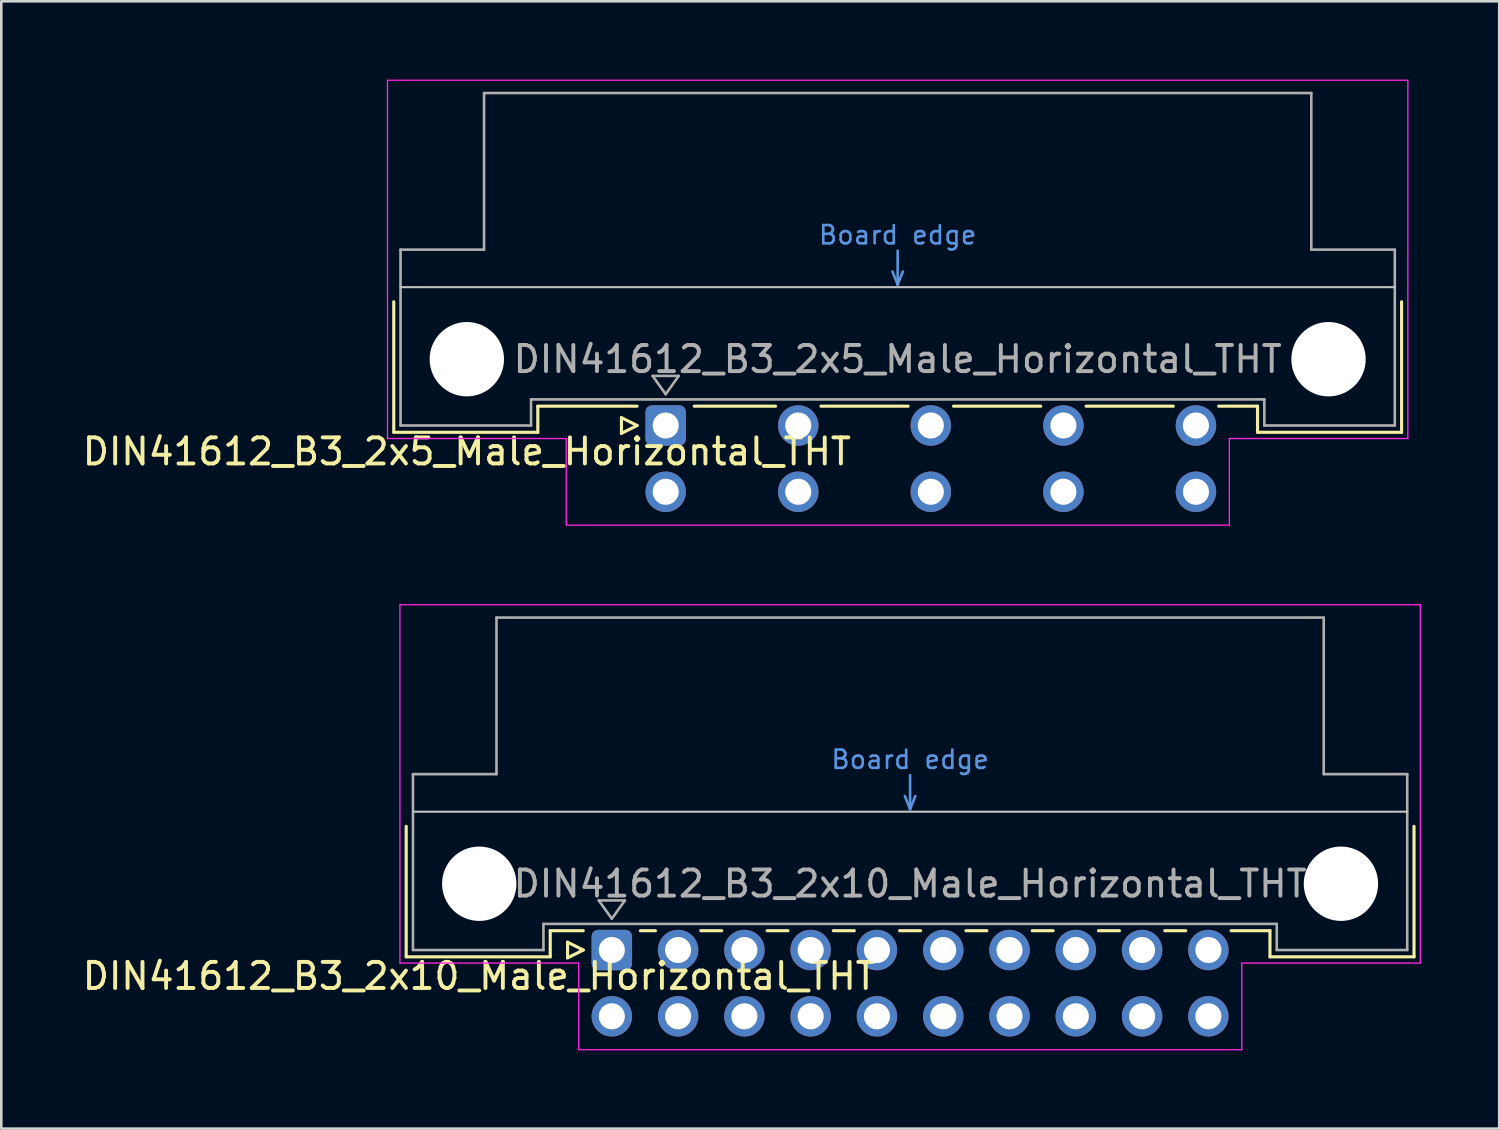
<source format=kicad_pcb>
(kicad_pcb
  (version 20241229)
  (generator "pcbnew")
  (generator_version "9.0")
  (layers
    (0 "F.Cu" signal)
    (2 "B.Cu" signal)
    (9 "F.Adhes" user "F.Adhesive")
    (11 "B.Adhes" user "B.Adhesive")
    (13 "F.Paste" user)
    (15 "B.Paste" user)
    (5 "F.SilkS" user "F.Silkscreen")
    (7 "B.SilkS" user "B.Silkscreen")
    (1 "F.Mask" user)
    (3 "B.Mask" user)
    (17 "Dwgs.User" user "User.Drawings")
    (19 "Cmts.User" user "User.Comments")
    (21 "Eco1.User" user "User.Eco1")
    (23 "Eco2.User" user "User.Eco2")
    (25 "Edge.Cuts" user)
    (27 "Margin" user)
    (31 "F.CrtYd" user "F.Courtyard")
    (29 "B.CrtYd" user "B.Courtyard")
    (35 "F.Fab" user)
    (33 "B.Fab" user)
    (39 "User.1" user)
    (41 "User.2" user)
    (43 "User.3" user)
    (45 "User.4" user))
  (footprint "DIN41612_B3_2x5_Male_Horizontal_THT"
    (layer "F.Cu")
    (at 19.919 13.255)
    (property "Reference" "DIN41612_B3_2x5_Male_Horizontal_THT" (at -5.08 1 0) (layer "F.SilkS") (effects (font (size 1 1) (thickness 0.15))))
    (attr through_hole)
    (fp_line (start -7.88 -4.74) (end -7.88 0.26) (stroke (width 0.12) (type solid)) (layer "F.SilkS"))
    (fp_line (start -7.88 0.26) (end -2.36 0.26) (stroke (width 0.12) (type solid)) (layer "F.SilkS"))
    (fp_line (start -2.361 -0.74) (end 1.445 -0.74) (stroke (width 0.12) (type solid)) (layer "F.SilkS"))
    (fp_line (start -2.36 0.26) (end -2.36 -0.74) (stroke (width 0.12) (type solid)) (layer "F.SilkS"))
    (fp_line (start 0.845 -0.3) (end 0.845 0.3) (stroke (width 0.12) (type solid)) (layer "F.SilkS"))
    (fp_line (start 0.845 0.3) (end 1.445 0) (stroke (width 0.12) (type solid)) (layer "F.SilkS"))
    (fp_line (start 1.445 0) (end 0.845 -0.3) (stroke (width 0.12) (type solid)) (layer "F.SilkS"))
    (fp_line (start 3.635 -0.74) (end 6.751 -0.74) (stroke (width 0.12) (type solid)) (layer "F.SilkS"))
    (fp_line (start 8.49 -0.74) (end 11.831 -0.74) (stroke (width 0.12) (type solid)) (layer "F.SilkS"))
    (fp_line (start 13.57 -0.74) (end 16.911 -0.74) (stroke (width 0.12) (type solid)) (layer "F.SilkS"))
    (fp_line (start 18.65 -0.74) (end 21.991 -0.74) (stroke (width 0.12) (type solid)) (layer "F.SilkS"))
    (fp_line (start 23.73 -0.74) (end 25.22 -0.74) (stroke (width 0.12) (type solid)) (layer "F.SilkS"))
    (fp_line (start 25.22 0.26) (end 25.22 -0.74) (stroke (width 0.12) (type solid)) (layer "F.SilkS"))
    (fp_line (start 30.74 -4.74) (end 30.74 0.26) (stroke (width 0.12) (type solid)) (layer "F.SilkS"))
    (fp_line (start 30.74 0.26) (end 25.22 0.26) (stroke (width 0.12) (type solid)) (layer "F.SilkS"))
    (fp_line (start -7.62 -5.3) (end 30.48 -5.3) (stroke (width 0.08) (type solid)) (layer "Dwgs.User"))
    (fp_line (start 11.23 -5.9) (end 11.43 -5.4) (stroke (width 0.1) (type solid)) (layer "Cmts.User"))
    (fp_line (start 11.43 -5.4) (end 11.43 -6.7) (stroke (width 0.1) (type solid)) (layer "Cmts.User"))
    (fp_line (start 11.43 -5.4) (end 11.63 -5.9) (stroke (width 0.1) (type solid)) (layer "Cmts.User"))
    (fp_line (start -8.12 -13.23) (end -8.12 0.5) (stroke (width 0.05) (type solid)) (layer "F.CrtYd"))
    (fp_line (start -8.12 0.5) (end -1.27 0.5) (stroke (width 0.05) (type solid)) (layer "F.CrtYd"))
    (fp_line (start -1.27 0.5) (end -1.27 3.82) (stroke (width 0.05) (type solid)) (layer "F.CrtYd"))
    (fp_line (start -1.27 3.82) (end 24.14 3.82) (stroke (width 0.05) (type solid)) (layer "F.CrtYd"))
    (fp_line (start 24.14 0.5) (end 30.98 0.5) (stroke (width 0.05) (type solid)) (layer "F.CrtYd"))
    (fp_line (start 24.14 3.82) (end 24.14 0.5) (stroke (width 0.05) (type solid)) (layer "F.CrtYd"))
    (fp_line (start 30.98 -13.23) (end -8.12 -13.23) (stroke (width 0.05) (type solid)) (layer "F.CrtYd"))
    (fp_line (start 30.98 0.5) (end 30.98 -13.23) (stroke (width 0.05) (type solid)) (layer "F.CrtYd"))
    (fp_line (start -7.62 -6.74) (end -7.62 0) (stroke (width 0.1) (type solid)) (layer "F.Fab"))
    (fp_line (start -7.62 0) (end -2.62 0) (stroke (width 0.1) (type solid)) (layer "F.Fab"))
    (fp_line (start -4.42 -12.74) (end -4.42 -6.74) (stroke (width 0.1) (type solid)) (layer "F.Fab"))
    (fp_line (start -4.42 -6.74) (end -7.62 -6.74) (stroke (width 0.1) (type solid)) (layer "F.Fab"))
    (fp_line (start -2.62 -1) (end 25.48 -1) (stroke (width 0.1) (type solid)) (layer "F.Fab"))
    (fp_line (start -2.62 0) (end -2.62 -1) (stroke (width 0.1) (type solid)) (layer "F.Fab"))
    (fp_line (start 2.04 -1.9) (end 3.04 -1.9) (stroke (width 0.1) (type solid)) (layer "F.Fab"))
    (fp_line (start 2.54 -1.2) (end 2.04 -1.9) (stroke (width 0.1) (type solid)) (layer "F.Fab"))
    (fp_line (start 3.04 -1.9) (end 2.54 -1.2) (stroke (width 0.1) (type solid)) (layer "F.Fab"))
    (fp_line (start 25.48 -1) (end 25.48 0) (stroke (width 0.1) (type solid)) (layer "F.Fab"))
    (fp_line (start 25.48 0) (end 30.48 0) (stroke (width 0.1) (type solid)) (layer "F.Fab"))
    (fp_line (start 27.28 -12.74) (end -4.42 -12.74) (stroke (width 0.1) (type solid)) (layer "F.Fab"))
    (fp_line (start 27.28 -6.74) (end 27.28 -12.74) (stroke (width 0.1) (type solid)) (layer "F.Fab"))
    (fp_line (start 30.48 -6.74) (end 27.28 -6.74) (stroke (width 0.1) (type solid)) (layer "F.Fab"))
    (fp_line (start 30.48 0) (end 30.48 -6.74) (stroke (width 0.1) (type solid)) (layer "F.Fab"))
    (fp_text user "Board edge" (at 11.43 -7.3 0) (layer "Cmts.User") (effects (font (size 0.7 0.7) (thickness 0.1))))
    (fp_text user "${REFERENCE}" (at 11.43 -2.54 0) (layer "F.Fab") (effects (font (size 1 1) (thickness 0.15))))
    (pad "" np_thru_hole circle (at -5.08 -2.54) (size 2.85 2.85) (drill 2.85) (layers "*.Cu" "*.Mask"))
    (pad "" np_thru_hole circle (at 27.94 -2.54) (size 2.85 2.85) (drill 2.85) (layers "*.Cu" "*.Mask"))
    (pad "a2" thru_hole roundrect (at 2.54 0) (size 1.55 1.55) (drill 1) (layers "*.Cu" "*.Mask") (roundrect_rratio 0.161))
    (pad "a4" thru_hole circle (at 7.62 0) (size 1.55 1.55) (drill 1) (layers "*.Cu" "*.Mask"))
    (pad "a6" thru_hole circle (at 12.7 0) (size 1.55 1.55) (drill 1) (layers "*.Cu" "*.Mask"))
    (pad "a8" thru_hole circle (at 17.78 0) (size 1.55 1.55) (drill 1) (layers "*.Cu" "*.Mask"))
    (pad "a10" thru_hole circle (at 22.86 0) (size 1.55 1.55) (drill 1) (layers "*.Cu" "*.Mask"))
    (pad "b2" thru_hole circle (at 2.54 2.54) (size 1.55 1.55) (drill 1) (layers "*.Cu" "*.Mask"))
    (pad "b4" thru_hole circle (at 7.62 2.54) (size 1.55 1.55) (drill 1) (layers "*.Cu" "*.Mask"))
    (pad "b6" thru_hole circle (at 12.7 2.54) (size 1.55 1.55) (drill 1) (layers "*.Cu" "*.Mask"))
    (pad "b8" thru_hole circle (at 17.78 2.54) (size 1.55 1.55) (drill 1) (layers "*.Cu" "*.Mask"))
    (pad "b10" thru_hole circle (at 22.86 2.54) (size 1.55 1.55) (drill 1) (layers "*.Cu" "*.Mask")))
  (footprint "DIN41612_B3_2x10_Male_Horizontal_THT"
    (layer "F.Cu")
    (at 20.395 33.355)
    (property "Reference" "DIN41612_B3_2x10_Male_Horizontal_THT" (at -5.08 1 0) (layer "F.SilkS") (effects (font (size 1 1) (thickness 0.15))))
    (attr through_hole)
    (fp_line (start -7.88 -4.74) (end -7.88 0.26) (stroke (width 0.12) (type solid)) (layer "F.SilkS"))
    (fp_line (start -7.88 0.26) (end -2.36 0.26) (stroke (width 0.12) (type solid)) (layer "F.SilkS"))
    (fp_line (start -2.361 -0.74) (end -1.095 -0.74) (stroke (width 0.12) (type solid)) (layer "F.SilkS"))
    (fp_line (start -2.36 0.26) (end -2.36 -0.74) (stroke (width 0.12) (type solid)) (layer "F.SilkS"))
    (fp_line (start -1.695 -0.3) (end -1.695 0.3) (stroke (width 0.12) (type solid)) (layer "F.SilkS"))
    (fp_line (start -1.695 0.3) (end -1.095 0) (stroke (width 0.12) (type solid)) (layer "F.SilkS"))
    (fp_line (start -1.095 0) (end -1.695 -0.3) (stroke (width 0.12) (type solid)) (layer "F.SilkS"))
    (fp_line (start 1.095 -0.74) (end 1.671 -0.74) (stroke (width 0.12) (type solid)) (layer "F.SilkS"))
    (fp_line (start 3.41 -0.74) (end 4.211 -0.74) (stroke (width 0.12) (type solid)) (layer "F.SilkS"))
    (fp_line (start 5.95 -0.74) (end 6.751 -0.74) (stroke (width 0.12) (type solid)) (layer "F.SilkS"))
    (fp_line (start 8.49 -0.74) (end 9.291 -0.74) (stroke (width 0.12) (type solid)) (layer "F.SilkS"))
    (fp_line (start 11.03 -0.74) (end 11.831 -0.74) (stroke (width 0.12) (type solid)) (layer "F.SilkS"))
    (fp_line (start 13.57 -0.74) (end 14.371 -0.74) (stroke (width 0.12) (type solid)) (layer "F.SilkS"))
    (fp_line (start 16.11 -0.74) (end 16.911 -0.74) (stroke (width 0.12) (type solid)) (layer "F.SilkS"))
    (fp_line (start 18.65 -0.74) (end 19.451 -0.74) (stroke (width 0.12) (type solid)) (layer "F.SilkS"))
    (fp_line (start 21.19 -0.74) (end 21.991 -0.74) (stroke (width 0.12) (type solid)) (layer "F.SilkS"))
    (fp_line (start 23.73 -0.74) (end 25.22 -0.74) (stroke (width 0.12) (type solid)) (layer "F.SilkS"))
    (fp_line (start 25.22 0.26) (end 25.22 -0.74) (stroke (width 0.12) (type solid)) (layer "F.SilkS"))
    (fp_line (start 30.74 -4.74) (end 30.74 0.26) (stroke (width 0.12) (type solid)) (layer "F.SilkS"))
    (fp_line (start 30.74 0.26) (end 25.22 0.26) (stroke (width 0.12) (type solid)) (layer "F.SilkS"))
    (fp_line (start -7.62 -5.3) (end 30.48 -5.3) (stroke (width 0.08) (type solid)) (layer "Dwgs.User"))
    (fp_line (start 11.23 -5.9) (end 11.43 -5.4) (stroke (width 0.1) (type solid)) (layer "Cmts.User"))
    (fp_line (start 11.43 -5.4) (end 11.43 -6.7) (stroke (width 0.1) (type solid)) (layer "Cmts.User"))
    (fp_line (start 11.43 -5.4) (end 11.63 -5.9) (stroke (width 0.1) (type solid)) (layer "Cmts.User"))
    (fp_line (start -8.12 -13.23) (end -8.12 0.5) (stroke (width 0.05) (type solid)) (layer "F.CrtYd"))
    (fp_line (start -8.12 0.5) (end -1.27 0.5) (stroke (width 0.05) (type solid)) (layer "F.CrtYd"))
    (fp_line (start -1.27 0.5) (end -1.27 3.82) (stroke (width 0.05) (type solid)) (layer "F.CrtYd"))
    (fp_line (start -1.27 3.82) (end 24.14 3.82) (stroke (width 0.05) (type solid)) (layer "F.CrtYd"))
    (fp_line (start 24.14 0.5) (end 30.98 0.5) (stroke (width 0.05) (type solid)) (layer "F.CrtYd"))
    (fp_line (start 24.14 3.82) (end 24.14 0.5) (stroke (width 0.05) (type solid)) (layer "F.CrtYd"))
    (fp_line (start 30.98 -13.23) (end -8.12 -13.23) (stroke (width 0.05) (type solid)) (layer "F.CrtYd"))
    (fp_line (start 30.98 0.5) (end 30.98 -13.23) (stroke (width 0.05) (type solid)) (layer "F.CrtYd"))
    (fp_line (start -7.62 -6.74) (end -7.62 0) (stroke (width 0.1) (type solid)) (layer "F.Fab"))
    (fp_line (start -7.62 0) (end -2.62 0) (stroke (width 0.1) (type solid)) (layer "F.Fab"))
    (fp_line (start -4.42 -12.74) (end -4.42 -6.74) (stroke (width 0.1) (type solid)) (layer "F.Fab"))
    (fp_line (start -4.42 -6.74) (end -7.62 -6.74) (stroke (width 0.1) (type solid)) (layer "F.Fab"))
    (fp_line (start -2.62 -1) (end 25.48 -1) (stroke (width 0.1) (type solid)) (layer "F.Fab"))
    (fp_line (start -2.62 0) (end -2.62 -1) (stroke (width 0.1) (type solid)) (layer "F.Fab"))
    (fp_line (start -0.5 -1.9) (end 0.5 -1.9) (stroke (width 0.1) (type solid)) (layer "F.Fab"))
    (fp_line (start 0 -1.2) (end -0.5 -1.9) (stroke (width 0.1) (type solid)) (layer "F.Fab"))
    (fp_line (start 0.5 -1.9) (end 0 -1.2) (stroke (width 0.1) (type solid)) (layer "F.Fab"))
    (fp_line (start 25.48 -1) (end 25.48 0) (stroke (width 0.1) (type solid)) (layer "F.Fab"))
    (fp_line (start 25.48 0) (end 30.48 0) (stroke (width 0.1) (type solid)) (layer "F.Fab"))
    (fp_line (start 27.28 -12.74) (end -4.42 -12.74) (stroke (width 0.1) (type solid)) (layer "F.Fab"))
    (fp_line (start 27.28 -6.74) (end 27.28 -12.74) (stroke (width 0.1) (type solid)) (layer "F.Fab"))
    (fp_line (start 30.48 -6.74) (end 27.28 -6.74) (stroke (width 0.1) (type solid)) (layer "F.Fab"))
    (fp_line (start 30.48 0) (end 30.48 -6.74) (stroke (width 0.1) (type solid)) (layer "F.Fab"))
    (fp_text user "Board edge" (at 11.43 -7.3 0) (layer "Cmts.User") (effects (font (size 0.7 0.7) (thickness 0.1))))
    (fp_text user "${REFERENCE}" (at 11.43 -2.54 0) (layer "F.Fab") (effects (font (size 1 1) (thickness 0.15))))
    (pad "" np_thru_hole circle (at -5.08 -2.54) (size 2.85 2.85) (drill 2.85) (layers "*.Cu" "*.Mask"))
    (pad "" np_thru_hole circle (at 27.94 -2.54) (size 2.85 2.85) (drill 2.85) (layers "*.Cu" "*.Mask"))
    (pad "a1" thru_hole roundrect (at 0 0) (size 1.55 1.55) (drill 1) (layers "*.Cu" "*.Mask") (roundrect_rratio 0.161))
    (pad "a2" thru_hole circle (at 2.54 0) (size 1.55 1.55) (drill 1) (layers "*.Cu" "*.Mask"))
    (pad "a3" thru_hole circle (at 5.08 0) (size 1.55 1.55) (drill 1) (layers "*.Cu" "*.Mask"))
    (pad "a4" thru_hole circle (at 7.62 0) (size 1.55 1.55) (drill 1) (layers "*.Cu" "*.Mask"))
    (pad "a5" thru_hole circle (at 10.16 0) (size 1.55 1.55) (drill 1) (layers "*.Cu" "*.Mask"))
    (pad "a6" thru_hole circle (at 12.7 0) (size 1.55 1.55) (drill 1) (layers "*.Cu" "*.Mask"))
    (pad "a7" thru_hole circle (at 15.24 0) (size 1.55 1.55) (drill 1) (layers "*.Cu" "*.Mask"))
    (pad "a8" thru_hole circle (at 17.78 0) (size 1.55 1.55) (drill 1) (layers "*.Cu" "*.Mask"))
    (pad "a9" thru_hole circle (at 20.32 0) (size 1.55 1.55) (drill 1) (layers "*.Cu" "*.Mask"))
    (pad "a10" thru_hole circle (at 22.86 0) (size 1.55 1.55) (drill 1) (layers "*.Cu" "*.Mask"))
    (pad "b1" thru_hole circle (at 0 2.54) (size 1.55 1.55) (drill 1) (layers "*.Cu" "*.Mask"))
    (pad "b2" thru_hole circle (at 2.54 2.54) (size 1.55 1.55) (drill 1) (layers "*.Cu" "*.Mask"))
    (pad "b3" thru_hole circle (at 5.08 2.54) (size 1.55 1.55) (drill 1) (layers "*.Cu" "*.Mask"))
    (pad "b4" thru_hole circle (at 7.62 2.54) (size 1.55 1.55) (drill 1) (layers "*.Cu" "*.Mask"))
    (pad "b5" thru_hole circle (at 10.16 2.54) (size 1.55 1.55) (drill 1) (layers "*.Cu" "*.Mask"))
    (pad "b6" thru_hole circle (at 12.7 2.54) (size 1.55 1.55) (drill 1) (layers "*.Cu" "*.Mask"))
    (pad "b7" thru_hole circle (at 15.24 2.54) (size 1.55 1.55) (drill 1) (layers "*.Cu" "*.Mask"))
    (pad "b8" thru_hole circle (at 17.78 2.54) (size 1.55 1.55) (drill 1) (layers "*.Cu" "*.Mask"))
    (pad "b9" thru_hole circle (at 20.32 2.54) (size 1.55 1.55) (drill 1) (layers "*.Cu" "*.Mask"))
    (pad "b10" thru_hole circle (at 22.86 2.54) (size 1.55 1.55) (drill 1) (layers "*.Cu" "*.Mask")))
  (gr_rect
    (start -3 -3)
    (end 54.4 40.2)
    (stroke (width 0.1) (type default))
    (fill no)
    (layer "Edge.Cuts")))
</source>
